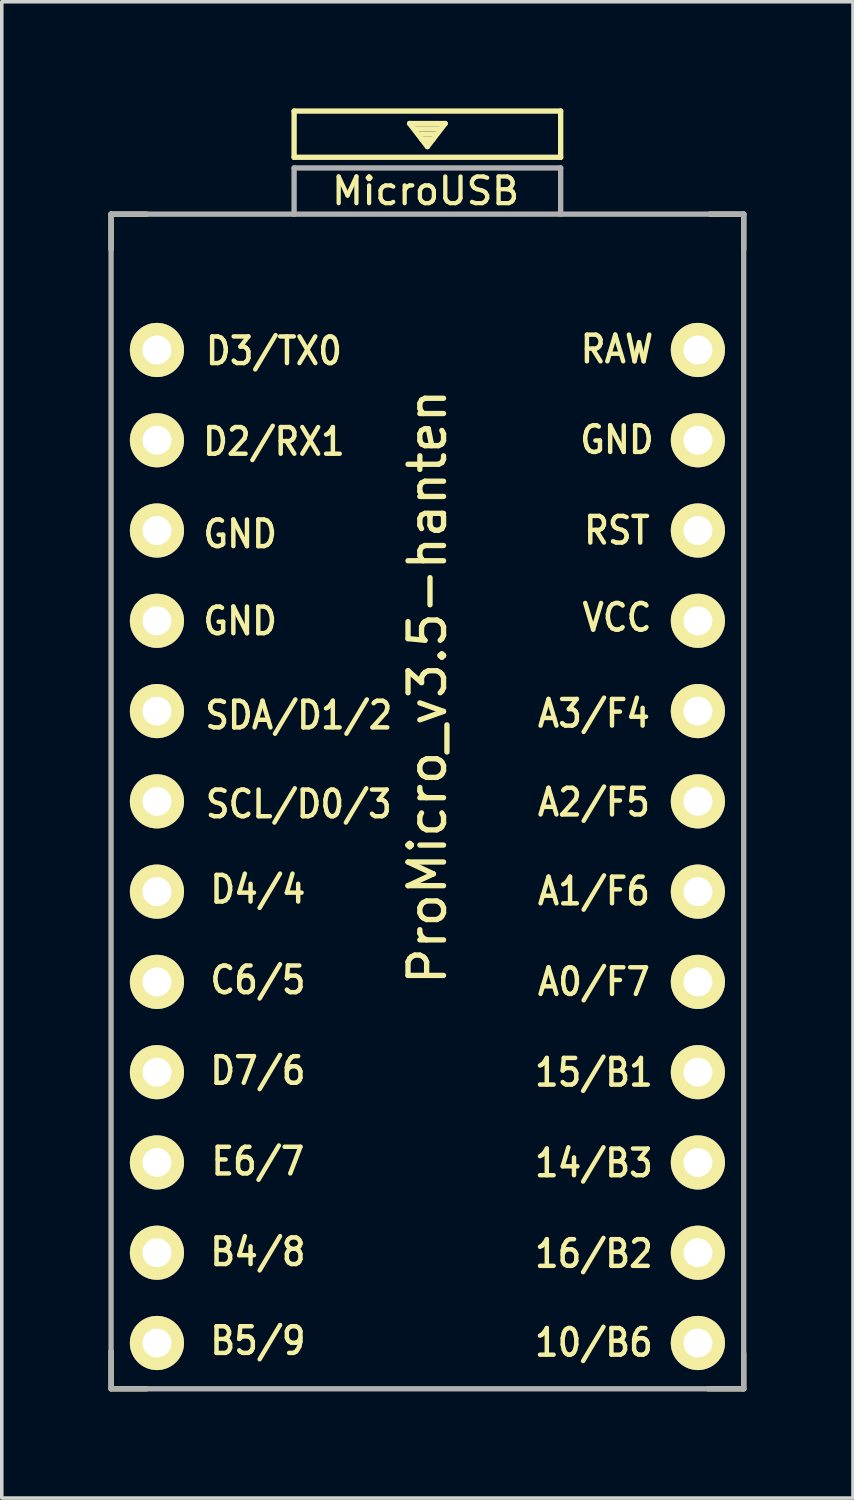
<source format=kicad_pcb>
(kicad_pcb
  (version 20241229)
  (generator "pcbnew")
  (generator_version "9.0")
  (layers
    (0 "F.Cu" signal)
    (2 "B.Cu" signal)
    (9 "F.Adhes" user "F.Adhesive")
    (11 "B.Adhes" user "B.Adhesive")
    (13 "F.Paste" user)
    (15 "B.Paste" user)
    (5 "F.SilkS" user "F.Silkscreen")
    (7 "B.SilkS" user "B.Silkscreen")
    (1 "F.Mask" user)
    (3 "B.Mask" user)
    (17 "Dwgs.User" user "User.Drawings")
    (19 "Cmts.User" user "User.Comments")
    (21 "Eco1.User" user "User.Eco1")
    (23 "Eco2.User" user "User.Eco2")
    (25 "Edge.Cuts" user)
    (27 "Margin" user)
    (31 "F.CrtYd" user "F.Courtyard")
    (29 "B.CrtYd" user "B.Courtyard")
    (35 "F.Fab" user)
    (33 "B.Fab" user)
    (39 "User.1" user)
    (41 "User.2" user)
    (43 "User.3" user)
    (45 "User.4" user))
  (footprint "ProMicro_v3.5-hanten"
    (layer "F.Cu")
    (at 8.975 21.275)
    (property "Reference" "ProMicro_v3.5-hanten" (at 0 -5 270) (layer "F.SilkS") (effects (font (size 1 1) (thickness 0.15))))
    (attr through_hole)
    (fp_line (start -8.9 -18.3) (end -8.9 -17.3) (stroke (width 0.15) (type solid)) (layer "F.SilkS"))
    (fp_line (start -8.9 -18.3) (end -7.9 -18.3) (stroke (width 0.15) (type solid)) (layer "F.SilkS"))
    (fp_line (start -8.9 13.7) (end -8.9 14.75) (stroke (width 0.15) (type solid)) (layer "F.SilkS"))
    (fp_line (start -8.9 14.75) (end -7.9 14.75) (stroke (width 0.15) (type solid)) (layer "F.SilkS"))
    (fp_line (start -3.75 -21.2) (end -3.75 -19.9) (stroke (width 0.15) (type solid)) (layer "F.SilkS"))
    (fp_line (start -3.75 -19.9) (end 3.75 -19.9) (stroke (width 0.15) (type solid)) (layer "F.SilkS"))
    (fp_line (start -0.5 -20.85) (end 0.5 -20.85) (stroke (width 0.15) (type solid)) (layer "F.SilkS"))
    (fp_line (start -0.35 -20.7) (end 0.35 -20.7) (stroke (width 0.15) (type solid)) (layer "F.SilkS"))
    (fp_line (start -0.25 -20.55) (end 0.25 -20.55) (stroke (width 0.15) (type solid)) (layer "F.SilkS"))
    (fp_line (start -0.15 -20.4) (end 0.15 -20.4) (stroke (width 0.15) (type solid)) (layer "F.SilkS"))
    (fp_line (start 0 -20.2) (end -0.5 -20.85) (stroke (width 0.15) (type solid)) (layer "F.SilkS"))
    (fp_line (start 0.5 -20.85) (end 0 -20.2) (stroke (width 0.15) (type solid)) (layer "F.SilkS"))
    (fp_line (start 3.75 -21.2) (end -3.75 -21.2) (stroke (width 0.15) (type solid)) (layer "F.SilkS"))
    (fp_line (start 3.75 -19.9) (end 3.75 -21.2) (stroke (width 0.15) (type solid)) (layer "F.SilkS"))
    (fp_line (start 8.9 -18.3) (end 7.95 -18.3) (stroke (width 0.15) (type solid)) (layer "F.SilkS"))
    (fp_line (start 8.9 -18.3) (end 8.9 -17.3) (stroke (width 0.15) (type solid)) (layer "F.SilkS"))
    (fp_line (start 8.9 13.75) (end 8.9 14.75) (stroke (width 0.15) (type solid)) (layer "F.SilkS"))
    (fp_line (start 8.9 14.75) (end 7.89 14.75) (stroke (width 0.15) (type solid)) (layer "F.SilkS"))
    (fp_line (start -8.9 -18.3) (end -3.75 -18.3) (stroke (width 0.15) (type solid)) (layer "F.Fab"))
    (fp_line (start -8.9 14.75) (end -8.9 -18.3) (stroke (width 0.15) (type solid)) (layer "F.Fab"))
    (fp_line (start -3.75 -19.6) (end -3.75 -18.299) (stroke (width 0.15) (type solid)) (layer "F.Fab"))
    (fp_line (start -3.75 -19.6) (end 3.75 -19.6) (stroke (width 0.15) (type solid)) (layer "F.Fab"))
    (fp_line (start -3.75 -18.3) (end 3.75 -18.3) (stroke (width 0.15) (type solid)) (layer "F.Fab"))
    (fp_line (start 3.75 -19.6) (end 3.75 -18.3) (stroke (width 0.15) (type solid)) (layer "F.Fab"))
    (fp_line (start 3.76 -18.3) (end 8.9 -18.3) (stroke (width 0.15) (type solid)) (layer "F.Fab"))
    (fp_line (start 8.9 -18.3) (end 8.9 14.75) (stroke (width 0.15) (type solid)) (layer "F.Fab"))
    (fp_line (start 8.9 14.75) (end -8.9 14.75) (stroke (width 0.15) (type solid)) (layer "F.Fab"))
    (fp_text user "" (at -0.545 -17.4 0) (layer "F.SilkS") (effects (font (size 1 1) (thickness 0.15))))
    (fp_text user "D2/RX1" (at -4.318 -11.9 0) (unlocked yes) (layer "F.SilkS") (effects (font (size 0.75 0.67) (thickness 0.125))))
    (fp_text user "16/B2" (at 4.684 10.95 0) (unlocked yes) (layer "F.SilkS") (effects (font (size 0.75 0.67) (thickness 0.125))))
    (fp_text user "14/B3" (at 4.684 8.4 0) (unlocked yes) (layer "F.SilkS") (effects (font (size 0.75 0.67) (thickness 0.125))))
    (fp_text user "B4/8" (at -4.768 10.9 0) (unlocked yes) (layer "F.SilkS") (effects (font (size 0.75 0.67) (thickness 0.125))))
    (fp_text user "A3/F4" (at 4.684 -4.25 0) (unlocked yes) (layer "F.SilkS") (effects (font (size 0.75 0.67) (thickness 0.125))))
    (fp_text user "SDA/D1/2" (at -3.618 -4.2 0) (unlocked yes) (layer "F.SilkS") (effects (font (size 0.75 0.67) (thickness 0.125))))
    (fp_text user "10/B6" (at 4.684 13.45 0) (unlocked yes) (layer "F.SilkS") (effects (font (size 0.75 0.67) (thickness 0.125))))
    (fp_text user "A1/F6" (at 4.684 0.75 0) (unlocked yes) (layer "F.SilkS") (effects (font (size 0.75 0.67) (thickness 0.125))))
    (fp_text user "GND" (at -5.268 -9.3 0) (unlocked yes) (layer "F.SilkS") (effects (font (size 0.75 0.67) (thickness 0.125))))
    (fp_text user "E6/7" (at -4.768 8.35 0) (unlocked yes) (layer "F.SilkS") (effects (font (size 0.75 0.67) (thickness 0.125))))
    (fp_text user "D4/4" (at -4.768 0.7 0) (unlocked yes) (layer "F.SilkS") (effects (font (size 0.75 0.67) (thickness 0.125))))
    (fp_text user "SCL/D0/3" (at -3.618 -1.7 0) (unlocked yes) (layer "F.SilkS") (effects (font (size 0.75 0.67) (thickness 0.125))))
    (fp_text user "RST" (at 5.334 -9.4 0) (unlocked yes) (layer "F.SilkS") (effects (font (size 0.75 0.67) (thickness 0.125))))
    (fp_text user "GND" (at 5.334 -11.95 0) (unlocked yes) (layer "F.SilkS") (effects (font (size 0.75 0.67) (thickness 0.125))))
    (fp_text user "RAW" (at 5.334 -14.5 0) (unlocked yes) (layer "F.SilkS") (effects (font (size 0.75 0.67) (thickness 0.125))))
    (fp_text user "15/B1" (at 4.684 5.85 0) (unlocked yes) (layer "F.SilkS") (effects (font (size 0.75 0.67) (thickness 0.125))))
    (fp_text user "VCC" (at 5.334 -6.95 0) (unlocked yes) (layer "F.SilkS") (effects (font (size 0.75 0.67) (thickness 0.125))))
    (fp_text user "D7/6" (at -4.768 5.8 0) (unlocked yes) (layer "F.SilkS") (effects (font (size 0.75 0.67) (thickness 0.125))))
    (fp_text user "A2/F5" (at 4.684 -1.75 0) (unlocked yes) (layer "F.SilkS") (effects (font (size 0.75 0.67) (thickness 0.125))))
    (fp_text user "C6/5" (at -4.768 3.25 0) (unlocked yes) (layer "F.SilkS") (effects (font (size 0.75 0.67) (thickness 0.125))))
    (fp_text user "D3/TX0" (at -4.318 -14.45 0) (unlocked yes) (layer "F.SilkS") (effects (font (size 0.75 0.67) (thickness 0.125))))
    (fp_text user "MicroUSB" (at -0.05 -18.95 0) (layer "F.SilkS") (effects (font (size 0.75 0.75) (thickness 0.12))))
    (fp_text user "A0/F7" (at 4.684 3.3 0) (unlocked yes) (layer "F.SilkS") (effects (font (size 0.75 0.67) (thickness 0.125))))
    (fp_text user "B5/9" (at -4.768 13.4 0) (unlocked yes) (layer "F.SilkS") (effects (font (size 0.75 0.67) (thickness 0.125))))
    (fp_text user "GND" (at -5.268 -6.85 0) (unlocked yes) (layer "F.SilkS") (effects (font (size 0.75 0.67) (thickness 0.125))))
    (fp_text user "" (at -1.252 -16.256 0) (layer "B.SilkS") (effects (font (size 1 1) (thickness 0.15)) (justify mirror)))
    (pad "1" thru_hole circle (at -7.609 -14.478) (size 1.524 1.524) (drill 0.813) (layers "*.Cu" "B.Mask" "F.SilkS"))
    (pad "2" thru_hole circle (at -7.609 -11.938) (size 1.524 1.524) (drill 0.813) (layers "*.Cu" "B.Mask" "F.SilkS"))
    (pad "3" thru_hole circle (at -7.609 -9.398) (size 1.524 1.524) (drill 0.813) (layers "*.Cu" "B.Mask" "F.SilkS"))
    (pad "4" thru_hole circle (at -7.609 -6.858) (size 1.524 1.524) (drill 0.813) (layers "*.Cu" "B.Mask" "F.SilkS"))
    (pad "5" thru_hole circle (at -7.609 -4.318) (size 1.524 1.524) (drill 0.813) (layers "*.Cu" "B.Mask" "F.SilkS"))
    (pad "6" thru_hole circle (at -7.609 -1.778) (size 1.524 1.524) (drill 0.813) (layers "*.Cu" "B.Mask" "F.SilkS"))
    (pad "7" thru_hole circle (at -7.609 0.762) (size 1.524 1.524) (drill 0.813) (layers "*.Cu" "B.Mask" "F.SilkS"))
    (pad "8" thru_hole circle (at -7.609 3.302) (size 1.524 1.524) (drill 0.813) (layers "*.Cu" "B.Mask" "F.SilkS"))
    (pad "9" thru_hole circle (at -7.609 5.842) (size 1.524 1.524) (drill 0.813) (layers "*.Cu" "B.Mask" "F.SilkS"))
    (pad "10" thru_hole circle (at -7.609 8.382) (size 1.524 1.524) (drill 0.813) (layers "*.Cu" "B.Mask" "F.SilkS"))
    (pad "11" thru_hole circle (at -7.609 10.922) (size 1.524 1.524) (drill 0.813) (layers "*.Cu" "B.Mask" "F.SilkS"))
    (pad "12" thru_hole circle (at -7.609 13.462) (size 1.524 1.524) (drill 0.813) (layers "*.Cu" "B.Mask" "F.SilkS"))
    (pad "13" thru_hole circle (at 7.611 13.462) (size 1.524 1.524) (drill 0.813) (layers "*.Cu" "B.Mask" "F.SilkS"))
    (pad "14" thru_hole circle (at 7.611 10.922) (size 1.524 1.524) (drill 0.813) (layers "*.Cu" "B.Mask" "F.SilkS"))
    (pad "15" thru_hole circle (at 7.611 8.382) (size 1.524 1.524) (drill 0.813) (layers "*.Cu" "B.Mask" "F.SilkS"))
    (pad "16" thru_hole circle (at 7.611 5.842) (size 1.524 1.524) (drill 0.813) (layers "*.Cu" "B.Mask" "F.SilkS"))
    (pad "17" thru_hole circle (at 7.611 3.302) (size 1.524 1.524) (drill 0.813) (layers "*.Cu" "B.Mask" "F.SilkS"))
    (pad "18" thru_hole circle (at 7.611 0.762) (size 1.524 1.524) (drill 0.813) (layers "*.Cu" "B.Mask" "F.SilkS"))
    (pad "19" thru_hole circle (at 7.611 -1.778) (size 1.524 1.524) (drill 0.813) (layers "*.Cu" "B.Mask" "F.SilkS"))
    (pad "20" thru_hole circle (at 7.611 -4.318) (size 1.524 1.524) (drill 0.813) (layers "*.Cu" "B.Mask" "F.SilkS"))
    (pad "21" thru_hole circle (at 7.611 -6.858) (size 1.524 1.524) (drill 0.813) (layers "*.Cu" "B.Mask" "F.SilkS"))
    (pad "22" thru_hole circle (at 7.611 -9.398) (size 1.524 1.524) (drill 0.813) (layers "*.Cu" "B.Mask" "F.SilkS"))
    (pad "23" thru_hole circle (at 7.611 -11.938) (size 1.524 1.524) (drill 0.813) (layers "*.Cu" "B.Mask" "F.SilkS"))
    (pad "24" thru_hole circle (at 7.611 -14.478) (size 1.524 1.524) (drill 0.813) (layers "*.Cu" "B.Mask" "F.SilkS")))
  (gr_rect
    (start -3 -3)
    (end 20.95 39.1)
    (stroke (width 0.1) (type default))
    (fill no)
    (layer "Edge.Cuts")))
</source>
